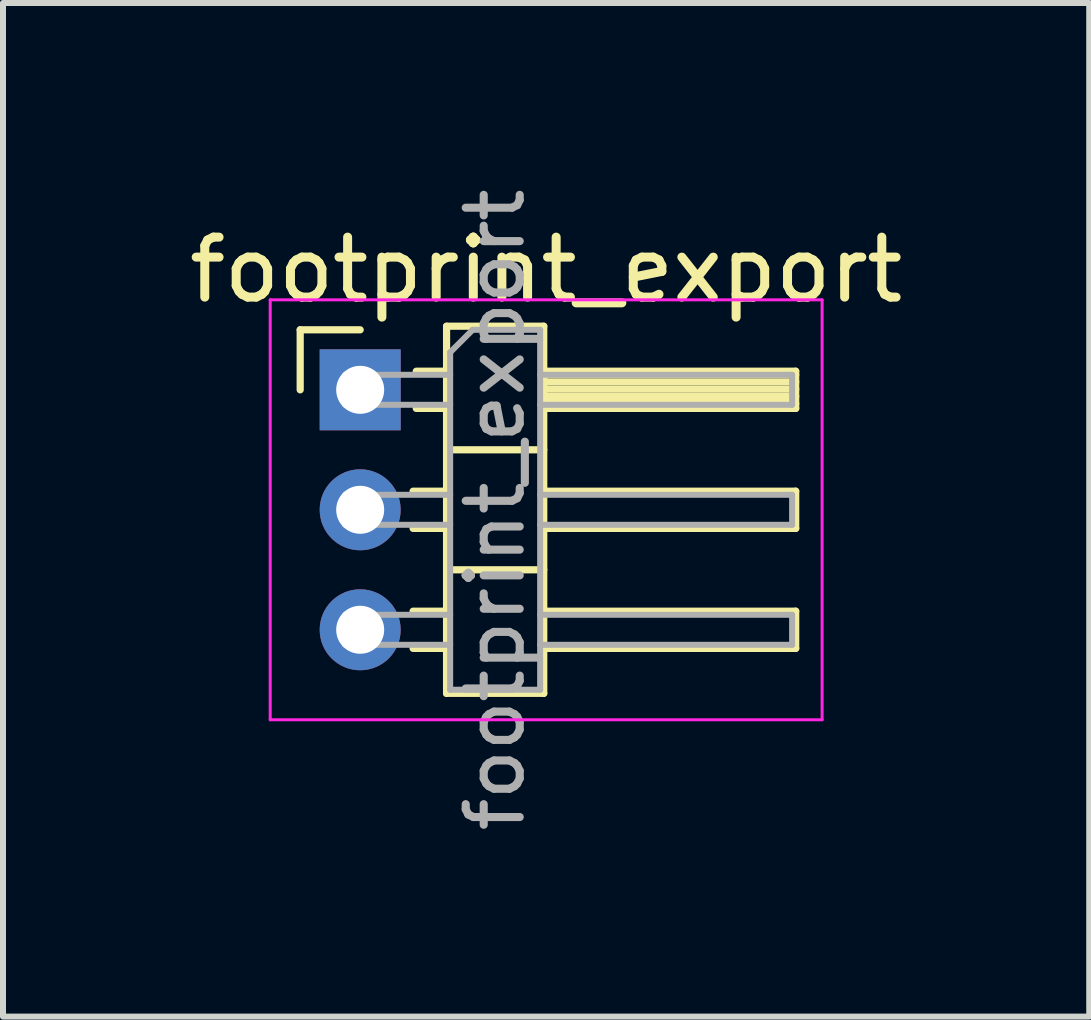
<source format=kicad_pcb>
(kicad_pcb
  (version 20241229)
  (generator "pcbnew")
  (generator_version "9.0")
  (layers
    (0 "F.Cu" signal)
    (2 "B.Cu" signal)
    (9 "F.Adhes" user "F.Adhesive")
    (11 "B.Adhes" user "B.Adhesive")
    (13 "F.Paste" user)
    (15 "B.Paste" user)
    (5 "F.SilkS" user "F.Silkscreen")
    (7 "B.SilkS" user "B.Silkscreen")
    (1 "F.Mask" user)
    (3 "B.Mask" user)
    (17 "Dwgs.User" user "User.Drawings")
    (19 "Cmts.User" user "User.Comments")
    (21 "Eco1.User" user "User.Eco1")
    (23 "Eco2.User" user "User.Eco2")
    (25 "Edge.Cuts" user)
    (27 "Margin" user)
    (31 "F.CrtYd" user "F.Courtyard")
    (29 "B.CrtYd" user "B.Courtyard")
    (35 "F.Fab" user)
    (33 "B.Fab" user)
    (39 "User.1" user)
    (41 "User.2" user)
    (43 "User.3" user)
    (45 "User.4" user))
  (footprint "footprint_export"
    (layer "F.Cu")
    (at 2.954 3.448)
    (property "Reference" "footprint_export" (at 3.1 -2 0) (layer "F.SilkS") (effects (font (size 1 1) (thickness 0.15))))
    (attr through_hole)
    (fp_line (start -1 -1) (end 0 -1) (stroke (width 0.12) (type solid)) (layer "F.SilkS"))
    (fp_line (start -1 0) (end -1 -1) (stroke (width 0.12) (type solid)) (layer "F.SilkS"))
    (fp_line (start 0.882 1.69) (end 1.44 1.69) (stroke (width 0.12) (type solid)) (layer "F.SilkS"))
    (fp_line (start 0.882 2.31) (end 1.44 2.31) (stroke (width 0.12) (type solid)) (layer "F.SilkS"))
    (fp_line (start 0.882 3.69) (end 1.44 3.69) (stroke (width 0.12) (type solid)) (layer "F.SilkS"))
    (fp_line (start 0.882 4.31) (end 1.44 4.31) (stroke (width 0.12) (type solid)) (layer "F.SilkS"))
    (fp_line (start 0.935 -0.31) (end 1.44 -0.31) (stroke (width 0.12) (type solid)) (layer "F.SilkS"))
    (fp_line (start 0.935 0.31) (end 1.44 0.31) (stroke (width 0.12) (type solid)) (layer "F.SilkS"))
    (fp_line (start 1.44 -1.06) (end 1.44 5.06) (stroke (width 0.12) (type solid)) (layer "F.SilkS"))
    (fp_line (start 1.44 1) (end 3.06 1) (stroke (width 0.12) (type solid)) (layer "F.SilkS"))
    (fp_line (start 1.44 3) (end 3.06 3) (stroke (width 0.12) (type solid)) (layer "F.SilkS"))
    (fp_line (start 1.44 5.06) (end 3.06 5.06) (stroke (width 0.12) (type solid)) (layer "F.SilkS"))
    (fp_line (start 3.06 -1.06) (end 1.44 -1.06) (stroke (width 0.12) (type solid)) (layer "F.SilkS"))
    (fp_line (start 3.06 -0.31) (end 7.26 -0.31) (stroke (width 0.12) (type solid)) (layer "F.SilkS"))
    (fp_line (start 3.06 -0.25) (end 7.26 -0.25) (stroke (width 0.12) (type solid)) (layer "F.SilkS"))
    (fp_line (start 3.06 -0.13) (end 7.26 -0.13) (stroke (width 0.12) (type solid)) (layer "F.SilkS"))
    (fp_line (start 3.06 -0.01) (end 7.26 -0.01) (stroke (width 0.12) (type solid)) (layer "F.SilkS"))
    (fp_line (start 3.06 0.11) (end 7.26 0.11) (stroke (width 0.12) (type solid)) (layer "F.SilkS"))
    (fp_line (start 3.06 0.23) (end 7.26 0.23) (stroke (width 0.12) (type solid)) (layer "F.SilkS"))
    (fp_line (start 3.06 1.69) (end 7.26 1.69) (stroke (width 0.12) (type solid)) (layer "F.SilkS"))
    (fp_line (start 3.06 3.69) (end 7.26 3.69) (stroke (width 0.12) (type solid)) (layer "F.SilkS"))
    (fp_line (start 3.06 5.06) (end 3.06 -1.06) (stroke (width 0.12) (type solid)) (layer "F.SilkS"))
    (fp_line (start 7.26 -0.31) (end 7.26 0.31) (stroke (width 0.12) (type solid)) (layer "F.SilkS"))
    (fp_line (start 7.26 0.31) (end 3.06 0.31) (stroke (width 0.12) (type solid)) (layer "F.SilkS"))
    (fp_line (start 7.26 1.69) (end 7.26 2.31) (stroke (width 0.12) (type solid)) (layer "F.SilkS"))
    (fp_line (start 7.26 2.31) (end 3.06 2.31) (stroke (width 0.12) (type solid)) (layer "F.SilkS"))
    (fp_line (start 7.26 3.69) (end 7.26 4.31) (stroke (width 0.12) (type solid)) (layer "F.SilkS"))
    (fp_line (start 7.26 4.31) (end 3.06 4.31) (stroke (width 0.12) (type solid)) (layer "F.SilkS"))
    (fp_line (start -1.5 -1.5) (end -1.5 5.5) (stroke (width 0.05) (type solid)) (layer "F.CrtYd"))
    (fp_line (start -1.5 5.5) (end 7.7 5.5) (stroke (width 0.05) (type solid)) (layer "F.CrtYd"))
    (fp_line (start 7.7 -1.5) (end -1.5 -1.5) (stroke (width 0.05) (type solid)) (layer "F.CrtYd"))
    (fp_line (start 7.7 5.5) (end 7.7 -1.5) (stroke (width 0.05) (type solid)) (layer "F.CrtYd"))
    (fp_line (start -0.25 -0.25) (end -0.25 0.25) (stroke (width 0.1) (type solid)) (layer "F.Fab"))
    (fp_line (start -0.25 -0.25) (end 1.5 -0.25) (stroke (width 0.1) (type solid)) (layer "F.Fab"))
    (fp_line (start -0.25 0.25) (end 1.5 0.25) (stroke (width 0.1) (type solid)) (layer "F.Fab"))
    (fp_line (start -0.25 1.75) (end -0.25 2.25) (stroke (width 0.1) (type solid)) (layer "F.Fab"))
    (fp_line (start -0.25 1.75) (end 1.5 1.75) (stroke (width 0.1) (type solid)) (layer "F.Fab"))
    (fp_line (start -0.25 2.25) (end 1.5 2.25) (stroke (width 0.1) (type solid)) (layer "F.Fab"))
    (fp_line (start -0.25 3.75) (end -0.25 4.25) (stroke (width 0.1) (type solid)) (layer "F.Fab"))
    (fp_line (start -0.25 3.75) (end 1.5 3.75) (stroke (width 0.1) (type solid)) (layer "F.Fab"))
    (fp_line (start -0.25 4.25) (end 1.5 4.25) (stroke (width 0.1) (type solid)) (layer "F.Fab"))
    (fp_line (start 1.5 -0.625) (end 1.875 -1) (stroke (width 0.1) (type solid)) (layer "F.Fab"))
    (fp_line (start 1.5 5) (end 1.5 -0.625) (stroke (width 0.1) (type solid)) (layer "F.Fab"))
    (fp_line (start 1.875 -1) (end 3 -1) (stroke (width 0.1) (type solid)) (layer "F.Fab"))
    (fp_line (start 3 -1) (end 3 5) (stroke (width 0.1) (type solid)) (layer "F.Fab"))
    (fp_line (start 3 -0.25) (end 7.2 -0.25) (stroke (width 0.1) (type solid)) (layer "F.Fab"))
    (fp_line (start 3 0.25) (end 7.2 0.25) (stroke (width 0.1) (type solid)) (layer "F.Fab"))
    (fp_line (start 3 1.75) (end 7.2 1.75) (stroke (width 0.1) (type solid)) (layer "F.Fab"))
    (fp_line (start 3 2.25) (end 7.2 2.25) (stroke (width 0.1) (type solid)) (layer "F.Fab"))
    (fp_line (start 3 3.75) (end 7.2 3.75) (stroke (width 0.1) (type solid)) (layer "F.Fab"))
    (fp_line (start 3 4.25) (end 7.2 4.25) (stroke (width 0.1) (type solid)) (layer "F.Fab"))
    (fp_line (start 3 5) (end 1.5 5) (stroke (width 0.1) (type solid)) (layer "F.Fab"))
    (fp_line (start 7.2 -0.25) (end 7.2 0.25) (stroke (width 0.1) (type solid)) (layer "F.Fab"))
    (fp_line (start 7.2 1.75) (end 7.2 2.25) (stroke (width 0.1) (type solid)) (layer "F.Fab"))
    (fp_line (start 7.2 3.75) (end 7.2 4.25) (stroke (width 0.1) (type solid)) (layer "F.Fab"))
    (fp_text user "${REFERENCE}" (at 2.25 2 90) (layer "F.Fab") (effects (font (size 0.9 0.9) (thickness 0.135))))
    (pad "1" thru_hole rect (at 0 0) (size 1.35 1.35) (drill 0.8) (layers "*.Cu" "*.Mask"))
    (pad "2" thru_hole oval (at 0 2) (size 1.35 1.35) (drill 0.8) (layers "*.Cu" "*.Mask"))
    (pad "3" thru_hole oval (at 0 4) (size 1.35 1.35) (drill 0.8) (layers "*.Cu" "*.Mask")))
  (gr_rect
    (start -3 -3)
    (end 15.107 13.896)
    (stroke (width 0.1) (type default))
    (fill no)
    (layer "Edge.Cuts")))
</source>
